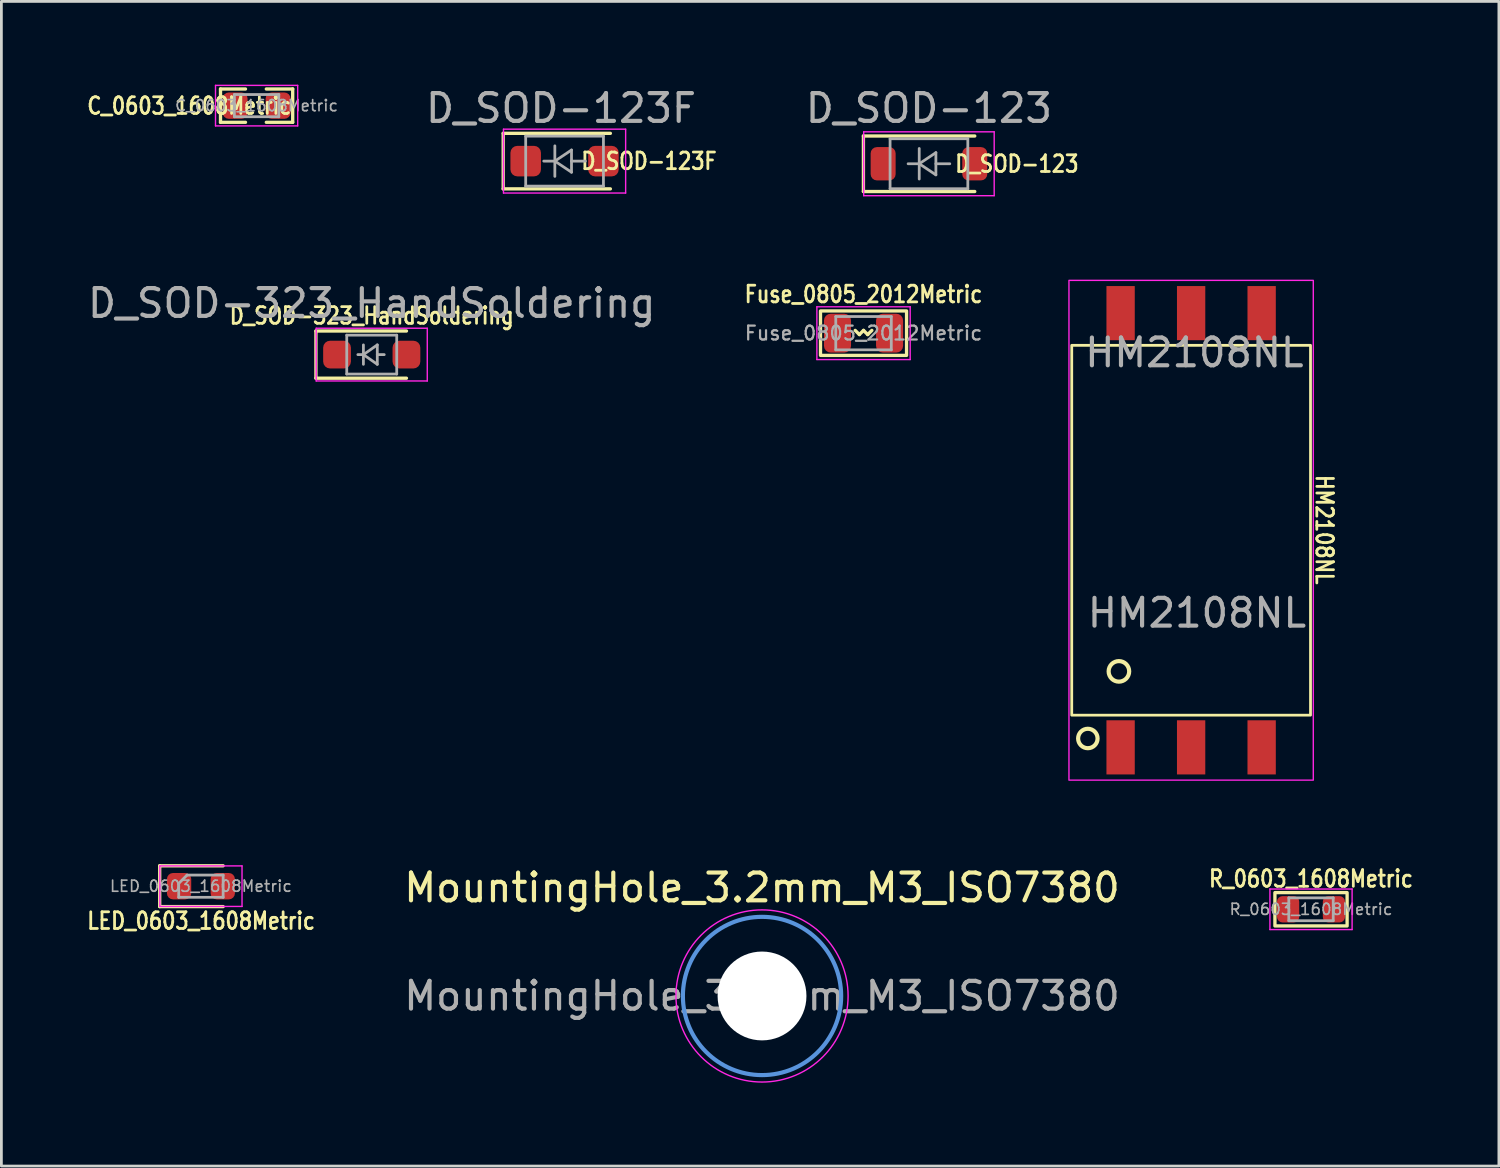
<source format=kicad_pcb>
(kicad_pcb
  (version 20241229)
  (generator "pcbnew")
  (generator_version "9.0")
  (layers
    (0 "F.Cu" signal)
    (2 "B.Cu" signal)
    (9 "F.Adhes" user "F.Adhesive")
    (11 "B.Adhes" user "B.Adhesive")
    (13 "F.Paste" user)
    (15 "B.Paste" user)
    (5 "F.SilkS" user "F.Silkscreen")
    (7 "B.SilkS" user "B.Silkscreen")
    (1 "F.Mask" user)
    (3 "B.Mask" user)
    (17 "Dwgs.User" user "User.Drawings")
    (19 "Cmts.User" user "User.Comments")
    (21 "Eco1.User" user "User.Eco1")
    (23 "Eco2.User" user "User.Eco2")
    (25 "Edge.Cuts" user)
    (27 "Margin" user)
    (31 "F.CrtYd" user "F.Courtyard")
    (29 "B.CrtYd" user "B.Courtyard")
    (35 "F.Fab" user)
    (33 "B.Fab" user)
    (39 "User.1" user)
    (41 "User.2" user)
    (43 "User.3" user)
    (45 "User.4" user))
  (footprint "D_SOD-123"
    (layer "F.Cu")
    (at 30.408 2.848)
    (property "Reference" "D_SOD-123" (at 3.169 0.005 0) (layer "F.SilkS") (effects (font (size 0.6 0.5) (thickness 0.1))))
    (attr smd)
    (fp_line (start -2.36 -1) (end -2.36 1) (stroke (width 0.12) (type solid)) (layer "F.SilkS"))
    (fp_line (start -2.36 -1) (end 1.65 -1) (stroke (width 0.12) (type solid)) (layer "F.SilkS"))
    (fp_line (start -2.36 1) (end 1.65 1) (stroke (width 0.12) (type solid)) (layer "F.SilkS"))
    (fp_line (start -2.35 -1.15) (end -2.35 1.15) (stroke (width 0.05) (type solid)) (layer "F.CrtYd"))
    (fp_line (start -2.35 -1.15) (end 2.35 -1.15) (stroke (width 0.05) (type solid)) (layer "F.CrtYd"))
    (fp_line (start 2.35 -1.15) (end 2.35 1.15) (stroke (width 0.05) (type solid)) (layer "F.CrtYd"))
    (fp_line (start 2.35 1.15) (end -2.35 1.15) (stroke (width 0.05) (type solid)) (layer "F.CrtYd"))
    (fp_line (start -1.4 -0.9) (end 1.4 -0.9) (stroke (width 0.1) (type solid)) (layer "F.Fab"))
    (fp_line (start -1.4 0.9) (end -1.4 -0.9) (stroke (width 0.1) (type solid)) (layer "F.Fab"))
    (fp_line (start -0.75 0) (end -0.35 0) (stroke (width 0.1) (type solid)) (layer "F.Fab"))
    (fp_line (start -0.35 0) (end -0.35 -0.55) (stroke (width 0.1) (type solid)) (layer "F.Fab"))
    (fp_line (start -0.35 0) (end -0.35 0.55) (stroke (width 0.1) (type solid)) (layer "F.Fab"))
    (fp_line (start -0.35 0) (end 0.25 -0.4) (stroke (width 0.1) (type solid)) (layer "F.Fab"))
    (fp_line (start 0.25 -0.4) (end 0.25 0.4) (stroke (width 0.1) (type solid)) (layer "F.Fab"))
    (fp_line (start 0.25 0) (end 0.75 0) (stroke (width 0.1) (type solid)) (layer "F.Fab"))
    (fp_line (start 0.25 0.4) (end -0.35 0) (stroke (width 0.1) (type solid)) (layer "F.Fab"))
    (fp_line (start 1.4 -0.9) (end 1.4 0.9) (stroke (width 0.1) (type solid)) (layer "F.Fab"))
    (fp_line (start 1.4 0.9) (end -1.4 0.9) (stroke (width 0.1) (type solid)) (layer "F.Fab"))
    (fp_text user "${REFERENCE}" (at 0 -2 0) (layer "F.Fab") (effects (font (size 1 1) (thickness 0.15))))
    (pad "1" smd roundrect (at -1.65 0) (size 0.9 1.2) (layers "F.Cu" "F.Mask" "F.Paste") (roundrect_rratio 0.25))
    (pad "2" smd roundrect (at 1.65 0) (size 0.9 1.2) (layers "F.Cu" "F.Mask" "F.Paste") (roundrect_rratio 0.25)))
  (footprint "LED_0603_1608Metric"
    (layer "F.Cu")
    (at 4.187 28.868)
    (property "Reference" "LED_0603_1608Metric" (at 0.008 1.25 0) (layer "F.SilkS") (effects (font (size 0.6 0.5) (thickness 0.1))))
    (attr smd)
    (fp_line (start -1.485 -0.735) (end -1.485 0.735) (stroke (width 0.12) (type solid)) (layer "F.SilkS"))
    (fp_line (start -1.485 0.735) (end 0.8 0.735) (stroke (width 0.12) (type solid)) (layer "F.SilkS"))
    (fp_line (start 0.8 -0.735) (end -1.485 -0.735) (stroke (width 0.12) (type solid)) (layer "F.SilkS"))
    (fp_line (start -1.48 -0.73) (end 1.48 -0.73) (stroke (width 0.05) (type solid)) (layer "F.CrtYd"))
    (fp_line (start -1.48 0.73) (end -1.48 -0.73) (stroke (width 0.05) (type solid)) (layer "F.CrtYd"))
    (fp_line (start 1.48 -0.73) (end 1.48 0.73) (stroke (width 0.05) (type solid)) (layer "F.CrtYd"))
    (fp_line (start 1.48 0.73) (end -1.48 0.73) (stroke (width 0.05) (type solid)) (layer "F.CrtYd"))
    (fp_line (start -0.8 -0.1) (end -0.8 0.4) (stroke (width 0.1) (type solid)) (layer "F.Fab"))
    (fp_line (start -0.8 0.4) (end 0.8 0.4) (stroke (width 0.1) (type solid)) (layer "F.Fab"))
    (fp_line (start -0.5 -0.4) (end -0.8 -0.1) (stroke (width 0.1) (type solid)) (layer "F.Fab"))
    (fp_line (start 0.8 -0.4) (end -0.5 -0.4) (stroke (width 0.1) (type solid)) (layer "F.Fab"))
    (fp_line (start 0.8 0.4) (end 0.8 -0.4) (stroke (width 0.1) (type solid)) (layer "F.Fab"))
    (fp_text user "${REFERENCE}" (at 0 0 0) (layer "F.Fab") (effects (font (size 0.4 0.4) (thickness 0.06))))
    (pad "1" smd roundrect (at -0.787 0) (size 0.875 0.95) (layers "F.Cu" "F.Mask" "F.Paste") (roundrect_rratio 0.25))
    (pad "2" smd roundrect (at 0.787 0) (size 0.875 0.95) (layers "F.Cu" "F.Mask" "F.Paste") (roundrect_rratio 0.25)))
  (footprint "MountingHole_3.2mm_M3_ISO7380"
    (layer "F.Cu")
    (at 24.396 32.822)
    (property "Reference" "MountingHole_3.2mm_M3_ISO7380" (at 0 -3.9 0) (layer "F.SilkS") (effects (font (size 1 1) (thickness 0.15))))
    (attr exclude_from_pos_files exclude_from_bom)
    (fp_circle (center 0 0) (end 2.85 0) (stroke (width 0.15) (type solid)) (fill no) (layer "Cmts.User"))
    (fp_circle (center 0 0) (end 3.1 0) (stroke (width 0.05) (type solid)) (fill no) (layer "F.CrtYd"))
    (fp_text user "${REFERENCE}" (at 0 0 0) (layer "F.Fab") (effects (font (size 1 1) (thickness 0.15))))
    (pad "" np_thru_hole circle (at 0 0) (size 3.2 3.2) (drill 3.2) (layers "*.Cu" "*.Mask")))
  (footprint "C_0603_1608Metric"
    (layer "F.Cu")
    (at 6.192 0.755)
    (property "Reference" "C_0603_1608Metric" (at -2.425 0.008 0) (layer "F.SilkS") (effects (font (size 0.6 0.5) (thickness 0.1))))
    (attr smd)
    (fp_line (start -1.3 -0.6) (end -1.3 0.6) (stroke (width 0.12) (type default)) (layer "F.SilkS"))
    (fp_line (start -1.3 0.6) (end -0.4 0.6) (stroke (width 0.12) (type default)) (layer "F.SilkS"))
    (fp_line (start -0.4 -0.6) (end -1.3 -0.6) (stroke (width 0.12) (type default)) (layer "F.SilkS"))
    (fp_line (start 0.35 0.6) (end 1.3 0.6) (stroke (width 0.12) (type default)) (layer "F.SilkS"))
    (fp_line (start 1.3 -0.6) (end 0.35 -0.6) (stroke (width 0.12) (type default)) (layer "F.SilkS"))
    (fp_line (start 1.3 0.6) (end 1.3 -0.6) (stroke (width 0.12) (type default)) (layer "F.SilkS"))
    (fp_line (start -1.48 -0.73) (end 1.48 -0.73) (stroke (width 0.05) (type solid)) (layer "F.CrtYd"))
    (fp_line (start -1.48 0.73) (end -1.48 -0.73) (stroke (width 0.05) (type solid)) (layer "F.CrtYd"))
    (fp_line (start 1.48 -0.73) (end 1.48 0.73) (stroke (width 0.05) (type solid)) (layer "F.CrtYd"))
    (fp_line (start 1.48 0.73) (end -1.48 0.73) (stroke (width 0.05) (type solid)) (layer "F.CrtYd"))
    (fp_line (start -0.8 -0.4) (end 0.8 -0.4) (stroke (width 0.1) (type solid)) (layer "F.Fab"))
    (fp_line (start -0.8 0.4) (end -0.8 -0.4) (stroke (width 0.1) (type solid)) (layer "F.Fab"))
    (fp_line (start 0.8 -0.4) (end 0.8 0.4) (stroke (width 0.1) (type solid)) (layer "F.Fab"))
    (fp_line (start 0.8 0.4) (end -0.8 0.4) (stroke (width 0.1) (type solid)) (layer "F.Fab"))
    (fp_text user "${REFERENCE}" (at 0 0 0) (layer "F.Fab") (effects (font (size 0.4 0.4) (thickness 0.06))))
    (pad "1" smd roundrect (at -0.775 0) (size 0.9 0.95) (layers "F.Cu" "F.Mask" "F.Paste") (roundrect_rratio 0.25))
    (pad "2" smd roundrect (at 0.775 0) (size 0.9 0.95) (layers "F.Cu" "F.Mask" "F.Paste") (roundrect_rratio 0.25)))
  (footprint "D_SOD-323_HandSoldering"
    (layer "F.Cu")
    (at 10.339 9.722)
    (property "Reference" "D_SOD-323_HandSoldering" (at 0 -1.4 0) (layer "F.SilkS") (effects (font (size 0.6 0.5) (thickness 0.1))))
    (attr smd)
    (fp_line (start -2.01 -0.85) (end -2.01 0.85) (stroke (width 0.12) (type solid)) (layer "F.SilkS"))
    (fp_line (start -2.01 -0.85) (end 1.25 -0.85) (stroke (width 0.12) (type solid)) (layer "F.SilkS"))
    (fp_line (start -2.01 0.85) (end 1.25 0.85) (stroke (width 0.12) (type solid)) (layer "F.SilkS"))
    (fp_line (start -2 -0.95) (end -2 0.95) (stroke (width 0.05) (type solid)) (layer "F.CrtYd"))
    (fp_line (start -2 -0.95) (end 2 -0.95) (stroke (width 0.05) (type solid)) (layer "F.CrtYd"))
    (fp_line (start -2 0.95) (end 2 0.95) (stroke (width 0.05) (type solid)) (layer "F.CrtYd"))
    (fp_line (start 2 -0.95) (end 2 0.95) (stroke (width 0.05) (type solid)) (layer "F.CrtYd"))
    (fp_line (start -0.9 -0.7) (end 0.9 -0.7) (stroke (width 0.1) (type solid)) (layer "F.Fab"))
    (fp_line (start -0.9 0.7) (end -0.9 -0.7) (stroke (width 0.1) (type solid)) (layer "F.Fab"))
    (fp_line (start -0.3 -0.35) (end -0.3 0.35) (stroke (width 0.1) (type solid)) (layer "F.Fab"))
    (fp_line (start -0.3 0) (end -0.5 0) (stroke (width 0.1) (type solid)) (layer "F.Fab"))
    (fp_line (start -0.3 0) (end 0.2 -0.35) (stroke (width 0.1) (type solid)) (layer "F.Fab"))
    (fp_line (start 0.2 -0.35) (end 0.2 0.35) (stroke (width 0.1) (type solid)) (layer "F.Fab"))
    (fp_line (start 0.2 0) (end 0.45 0) (stroke (width 0.1) (type solid)) (layer "F.Fab"))
    (fp_line (start 0.2 0.35) (end -0.3 0) (stroke (width 0.1) (type solid)) (layer "F.Fab"))
    (fp_line (start 0.9 -0.7) (end 0.9 0.7) (stroke (width 0.1) (type solid)) (layer "F.Fab"))
    (fp_line (start 0.9 0.7) (end -0.9 0.7) (stroke (width 0.1) (type solid)) (layer "F.Fab"))
    (fp_text user "${REFERENCE}" (at 0 -1.85 0) (layer "F.Fab") (effects (font (size 1 1) (thickness 0.15))))
    (pad "1" smd roundrect (at -1.25 0) (size 1 1) (layers "F.Cu" "F.Mask" "F.Paste") (roundrect_rratio 0.25))
    (pad "2" smd roundrect (at 1.25 0) (size 1 1) (layers "F.Cu" "F.Mask" "F.Paste") (roundrect_rratio 0.25)))
  (footprint "R_0603_1608Metric"
    (layer "F.Cu")
    (at 44.169 29.7)
    (property "Reference" "R_0603_1608Metric" (at 0 -1.1 0) (layer "F.SilkS") (effects (font (size 0.6 0.5) (thickness 0.1))))
    (attr smd)
    (fp_rect (start -1.3 -0.6) (end 1.3 0.6) (stroke (width 0.12) (type default)) (fill no) (layer "F.SilkS"))
    (fp_line (start -1.48 -0.73) (end 1.48 -0.73) (stroke (width 0.05) (type solid)) (layer "F.CrtYd"))
    (fp_line (start -1.48 0.73) (end -1.48 -0.73) (stroke (width 0.05) (type solid)) (layer "F.CrtYd"))
    (fp_line (start 1.48 -0.73) (end 1.48 0.73) (stroke (width 0.05) (type solid)) (layer "F.CrtYd"))
    (fp_line (start 1.48 0.73) (end -1.48 0.73) (stroke (width 0.05) (type solid)) (layer "F.CrtYd"))
    (fp_line (start -0.8 -0.412) (end 0.8 -0.412) (stroke (width 0.1) (type solid)) (layer "F.Fab"))
    (fp_line (start -0.8 0.412) (end -0.8 -0.412) (stroke (width 0.1) (type solid)) (layer "F.Fab"))
    (fp_line (start 0.8 -0.412) (end 0.8 0.412) (stroke (width 0.1) (type solid)) (layer "F.Fab"))
    (fp_line (start 0.8 0.412) (end -0.8 0.412) (stroke (width 0.1) (type solid)) (layer "F.Fab"))
    (fp_text user "${REFERENCE}" (at 0 0 0) (layer "F.Fab") (effects (font (size 0.4 0.4) (thickness 0.06))))
    (pad "1" smd roundrect (at -0.825 0) (size 0.8 0.95) (layers "F.Cu" "F.Mask" "F.Paste") (roundrect_rratio 0.25))
    (pad "2" smd roundrect (at 0.825 0) (size 0.8 0.95) (layers "F.Cu" "F.Mask" "F.Paste") (roundrect_rratio 0.25)))
  (footprint "HM2108NL"
    (layer "F.Cu")
    (at 39.851 16.048)
    (property "Reference" "HM2108NL" (at 4.8 -0.02 270) (unlocked yes) (layer "F.SilkS") (effects (font (size 0.6 0.5) (thickness 0.1))))
    (attr smd)
    (fp_rect (start -4.3 -6.66) (end 4.3 6.66) (stroke (width 0.1) (type default)) (fill no) (layer "F.SilkS"))
    (fp_circle (center -3.72 7.5) (end -3.37 7.49) (stroke (width 0.15) (type solid)) (fill no) (layer "F.SilkS"))
    (fp_circle (center -2.601 5.083) (end -2.245 4.982) (stroke (width 0.15) (type solid)) (fill no) (layer "F.SilkS"))
    (fp_rect (start -4.4 -9) (end 4.4 9) (stroke (width 0.05) (type default)) (fill no) (layer "F.CrtYd"))
    (fp_text user "${REFERENCE}" (at 0.117 -6.397 180) (layer "F.Fab") (effects (font (size 1 1) (thickness 0.15))))
    (fp_text user "${REFERENCE}" (at 0.21 2.98 0) (unlocked yes) (layer "F.Fab") (effects (font (size 1 1) (thickness 0.15))))
    (pad "1" smd rect (at -2.54 7.82) (size 1.02 1.95) (layers "F.Cu" "F.Mask" "F.Paste"))
    (pad "2" smd rect (at 0 7.82) (size 1.02 1.95) (layers "F.Cu" "F.Mask" "F.Paste"))
    (pad "3" smd rect (at 2.54 7.82) (size 1.02 1.95) (layers "F.Cu" "F.Mask" "F.Paste"))
    (pad "4" smd rect (at 2.54 -7.82) (size 1.02 1.95) (layers "F.Cu" "F.Mask" "F.Paste"))
    (pad "5" smd rect (at 0 -7.82) (size 1.02 1.95) (layers "F.Cu" "F.Mask" "F.Paste"))
    (pad "6" smd rect (at -2.54 -7.82) (size 1.02 1.95) (layers "F.Cu" "F.Mask" "F.Paste")))
  (footprint "Fuse_0805_2012Metric"
    (layer "F.Cu")
    (at 28.052 8.95)
    (property "Reference" "Fuse_0805_2012Metric" (at 0 -1.4 0) (layer "F.SilkS") (effects (font (size 0.6 0.5) (thickness 0.1))))
    (attr smd)
    (fp_line (start -0.3 -0.1) (end -0.15 0.05) (stroke (width 0.12) (type default)) (layer "F.SilkS"))
    (fp_line (start -0.15 0.05) (end 0 -0.1) (stroke (width 0.12) (type default)) (layer "F.SilkS"))
    (fp_line (start 0 -0.1) (end 0.15 0.05) (stroke (width 0.12) (type default)) (layer "F.SilkS"))
    (fp_line (start 0.15 0.05) (end 0.3 -0.1) (stroke (width 0.12) (type default)) (layer "F.SilkS"))
    (fp_rect (start -1.55 -0.8) (end 1.55 0.8) (stroke (width 0.12) (type default)) (fill no) (layer "F.SilkS"))
    (fp_line (start -1.68 -0.95) (end 1.68 -0.95) (stroke (width 0.05) (type solid)) (layer "F.CrtYd"))
    (fp_line (start -1.68 0.95) (end -1.68 -0.95) (stroke (width 0.05) (type solid)) (layer "F.CrtYd"))
    (fp_line (start 1.68 -0.95) (end 1.68 0.95) (stroke (width 0.05) (type solid)) (layer "F.CrtYd"))
    (fp_line (start 1.68 0.95) (end -1.68 0.95) (stroke (width 0.05) (type solid)) (layer "F.CrtYd"))
    (fp_line (start -1 -0.6) (end 1 -0.6) (stroke (width 0.1) (type solid)) (layer "F.Fab"))
    (fp_line (start -1 0.6) (end -1 -0.6) (stroke (width 0.1) (type solid)) (layer "F.Fab"))
    (fp_line (start 1 -0.6) (end 1 0.6) (stroke (width 0.1) (type solid)) (layer "F.Fab"))
    (fp_line (start 1 0.6) (end -1 0.6) (stroke (width 0.1) (type solid)) (layer "F.Fab"))
    (fp_text user "${REFERENCE}" (at 0 0 0) (layer "F.Fab") (effects (font (size 0.5 0.5) (thickness 0.08))))
    (pad "1" smd roundrect (at -0.938 0) (size 0.975 1.4) (layers "F.Cu" "F.Mask" "F.Paste") (roundrect_rratio 0.25))
    (pad "2" smd roundrect (at 0.938 0) (size 0.975 1.4) (layers "F.Cu" "F.Mask" "F.Paste") (roundrect_rratio 0.25)))
  (footprint "D_SOD-123F"
    (layer "F.Cu")
    (at 17.284 2.753)
    (property "Reference" "D_SOD-123F" (at 3.042 0 0) (layer "F.SilkS") (effects (font (size 0.6 0.5) (thickness 0.1))))
    (attr smd)
    (fp_line (start -2.21 -1) (end -2.21 1) (stroke (width 0.12) (type solid)) (layer "F.SilkS"))
    (fp_line (start -2.21 -1) (end 1.65 -1) (stroke (width 0.12) (type solid)) (layer "F.SilkS"))
    (fp_line (start -2.21 1) (end 1.65 1) (stroke (width 0.12) (type solid)) (layer "F.SilkS"))
    (fp_line (start -2.2 -1.15) (end -2.2 1.15) (stroke (width 0.05) (type solid)) (layer "F.CrtYd"))
    (fp_line (start -2.2 -1.15) (end 2.2 -1.15) (stroke (width 0.05) (type solid)) (layer "F.CrtYd"))
    (fp_line (start 2.2 -1.15) (end 2.2 1.15) (stroke (width 0.05) (type solid)) (layer "F.CrtYd"))
    (fp_line (start 2.2 1.15) (end -2.2 1.15) (stroke (width 0.05) (type solid)) (layer "F.CrtYd"))
    (fp_line (start -1.4 -0.9) (end 1.4 -0.9) (stroke (width 0.1) (type solid)) (layer "F.Fab"))
    (fp_line (start -1.4 0.9) (end -1.4 -0.9) (stroke (width 0.1) (type solid)) (layer "F.Fab"))
    (fp_line (start -0.75 0) (end -0.35 0) (stroke (width 0.1) (type solid)) (layer "F.Fab"))
    (fp_line (start -0.35 0) (end -0.35 -0.55) (stroke (width 0.1) (type solid)) (layer "F.Fab"))
    (fp_line (start -0.35 0) (end -0.35 0.55) (stroke (width 0.1) (type solid)) (layer "F.Fab"))
    (fp_line (start -0.35 0) (end 0.25 -0.4) (stroke (width 0.1) (type solid)) (layer "F.Fab"))
    (fp_line (start 0.25 -0.4) (end 0.25 0.4) (stroke (width 0.1) (type solid)) (layer "F.Fab"))
    (fp_line (start 0.25 0) (end 0.75 0) (stroke (width 0.1) (type solid)) (layer "F.Fab"))
    (fp_line (start 0.25 0.4) (end -0.35 0) (stroke (width 0.1) (type solid)) (layer "F.Fab"))
    (fp_line (start 1.4 -0.9) (end 1.4 0.9) (stroke (width 0.1) (type solid)) (layer "F.Fab"))
    (fp_line (start 1.4 0.9) (end -1.4 0.9) (stroke (width 0.1) (type solid)) (layer "F.Fab"))
    (fp_text user "${REFERENCE}" (at -0.127 -1.905 0) (layer "F.Fab") (effects (font (size 1 1) (thickness 0.15))))
    (pad "1" smd roundrect (at -1.4 0) (size 1.1 1.1) (layers "F.Cu" "F.Mask" "F.Paste") (roundrect_rratio 0.227))
    (pad "2" smd roundrect (at 1.4 0) (size 1.1 1.1) (layers "F.Cu" "F.Mask" "F.Paste") (roundrect_rratio 0.227)))
  (gr_rect
    (start -3 -3)
    (end 50.936 38.947)
    (stroke (width 0.1) (type default))
    (fill no)
    (layer "Edge.Cuts")))
</source>
